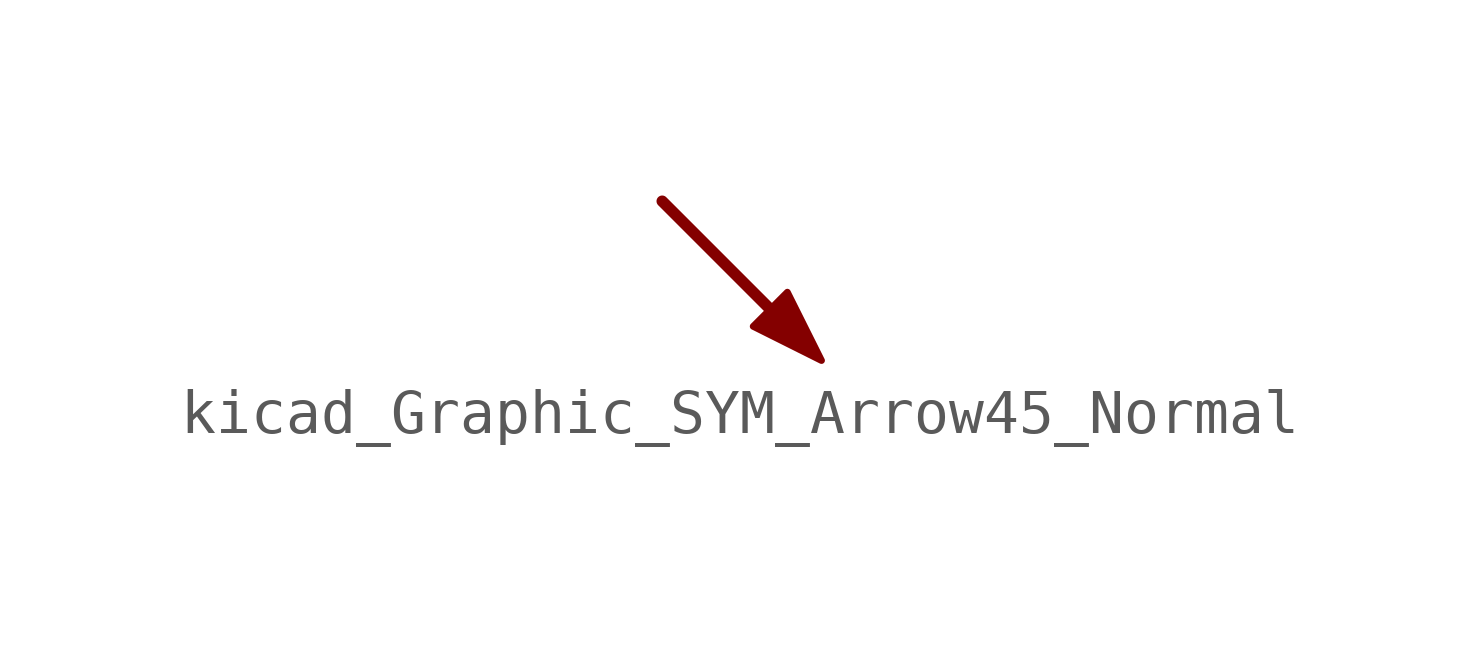
<source format=kicad_sym>
(kicad_symbol_lib
  (version 20220914)
  (generator kicad_symbol_editor)
  (symbol "kicad_Graphic_SYM_Arrow45_Normal"
    (property "Reference" "#SYM"
      (at 3.81 1.27 0)
      (effects (font (size 1.27 1.27)) hide))
    (symbol "kicad_Graphic_SYM_Arrow45_Normal_0_1"
      (polyline (pts (xy 1.524 -1.524) (xy -1.778 1.778)) (stroke (width 0.254) (type default)) (fill (type none)))
      (polyline (pts (xy 1.778 -1.778) (xy 0.254 -1.016) (xy 1.016 -0.254) (xy 1.778 -1.778)) (stroke (width 0) (type default)) (fill (type outline))))))
</source>
